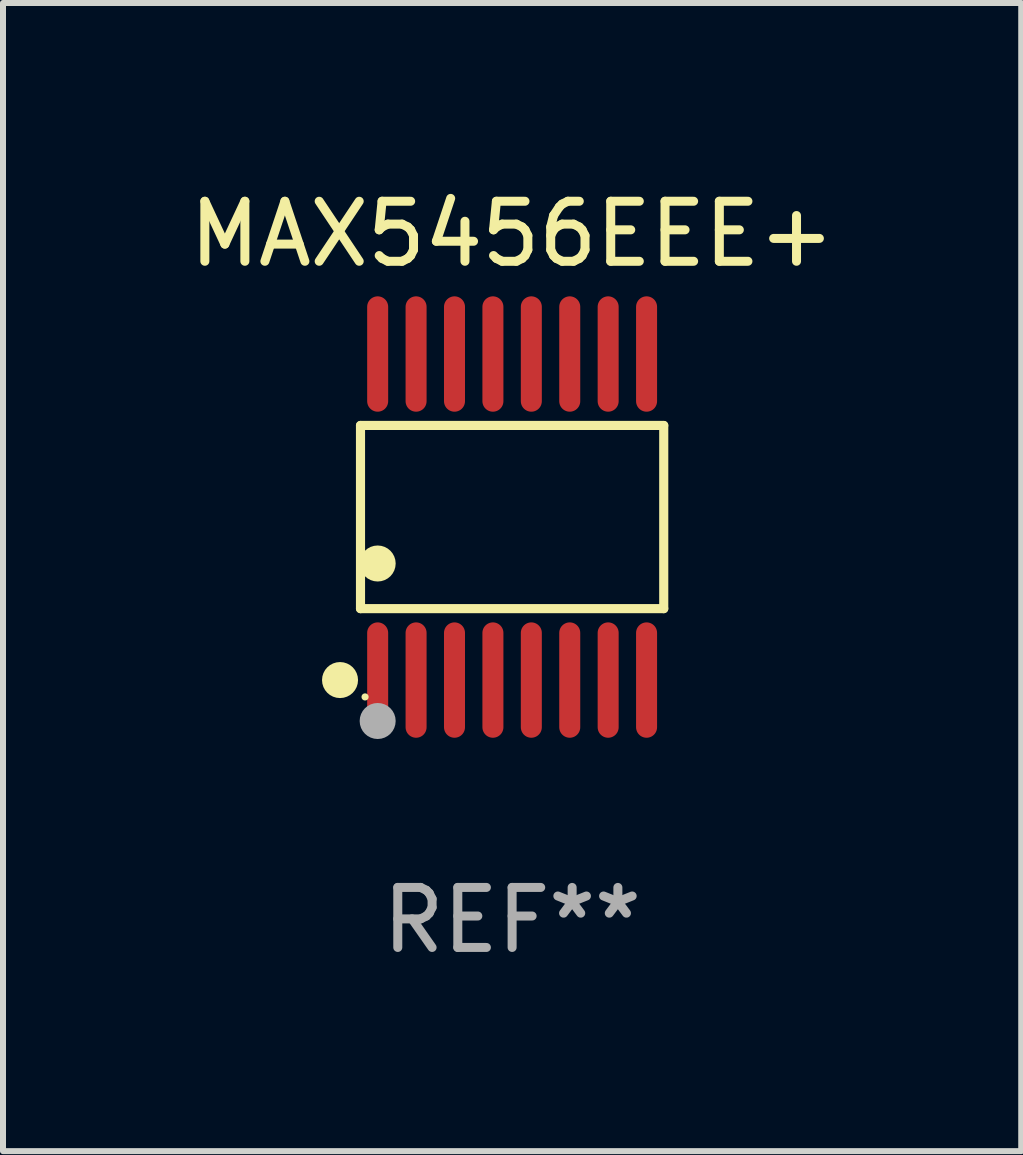
<source format=kicad_pcb>
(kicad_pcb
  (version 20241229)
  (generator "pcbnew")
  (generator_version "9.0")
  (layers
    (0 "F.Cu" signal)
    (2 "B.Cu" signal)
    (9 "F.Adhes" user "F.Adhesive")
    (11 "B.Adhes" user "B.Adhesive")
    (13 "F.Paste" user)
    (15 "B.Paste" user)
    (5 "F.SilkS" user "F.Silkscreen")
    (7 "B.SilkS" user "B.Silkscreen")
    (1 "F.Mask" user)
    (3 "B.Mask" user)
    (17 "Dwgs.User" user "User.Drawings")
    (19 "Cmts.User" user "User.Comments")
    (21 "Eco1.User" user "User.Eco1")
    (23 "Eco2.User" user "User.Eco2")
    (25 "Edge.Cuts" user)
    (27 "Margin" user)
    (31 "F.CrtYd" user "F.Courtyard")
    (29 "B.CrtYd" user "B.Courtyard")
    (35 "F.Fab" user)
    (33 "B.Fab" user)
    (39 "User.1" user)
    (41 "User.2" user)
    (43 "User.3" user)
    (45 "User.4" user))
  (footprint "MAX5456EEE+"
    (layer "F.Cu")
    (at 5.482 5.564)
    (property "Reference" "MAX5456EEE+" (at 0 -4.716 0) (layer "F.SilkS") (effects (font (size 1 1) (thickness 0.15))))
    (attr through_hole)
    (fp_line (start -2.526 -1.526) (end 2.526 -1.526) (stroke (width 0.152) (type solid)) (layer "F.SilkS"))
    (fp_line (start -2.526 1.526) (end -2.526 -1.526) (stroke (width 0.152) (type solid)) (layer "F.SilkS"))
    (fp_line (start 2.526 -1.526) (end 2.526 1.526) (stroke (width 0.152) (type solid)) (layer "F.SilkS"))
    (fp_line (start 2.526 1.526) (end -2.526 1.526) (stroke (width 0.152) (type solid)) (layer "F.SilkS"))
    (fp_circle (center -2.867 2.716) (end -2.717 2.716) (stroke (width 0.3) (type solid)) (fill no) (layer "F.SilkS"))
    (fp_circle (center -2.45 2.997) (end -2.42 2.997) (stroke (width 0.06) (type solid)) (fill no) (layer "F.SilkS"))
    (fp_circle (center -2.24 0.774) (end -2.09 0.774) (stroke (width 0.3) (type solid)) (fill no) (layer "F.SilkS"))
    (fp_circle (center -2.24 3.398) (end -2.09 3.398) (stroke (width 0.3) (type solid)) (fill no) (layer "F.Fab"))
    (fp_text user "REF**" (at 0 6.716 0) (layer "F.Fab") (effects (font (size 1 1) (thickness 0.15))))
    (pad "1" smd oval (at -2.24 2.716) (size 0.35 1.922) (layers "F.Cu" "F.Mask" "F.Paste"))
    (pad "2" smd oval (at -1.6 2.716) (size 0.35 1.922) (layers "F.Cu" "F.Mask" "F.Paste"))
    (pad "3" smd oval (at -0.96 2.716) (size 0.35 1.922) (layers "F.Cu" "F.Mask" "F.Paste"))
    (pad "4" smd oval (at -0.32 2.716) (size 0.35 1.922) (layers "F.Cu" "F.Mask" "F.Paste"))
    (pad "5" smd oval (at 0.32 2.716) (size 0.35 1.922) (layers "F.Cu" "F.Mask" "F.Paste"))
    (pad "6" smd oval (at 0.96 2.716) (size 0.35 1.922) (layers "F.Cu" "F.Mask" "F.Paste"))
    (pad "7" smd oval (at 1.6 2.716) (size 0.35 1.922) (layers "F.Cu" "F.Mask" "F.Paste"))
    (pad "8" smd oval (at 2.24 2.716) (size 0.35 1.922) (layers "F.Cu" "F.Mask" "F.Paste"))
    (pad "9" smd oval (at 2.24 -2.716) (size 0.35 1.922) (layers "F.Cu" "F.Mask" "F.Paste"))
    (pad "10" smd oval (at 1.6 -2.716) (size 0.35 1.922) (layers "F.Cu" "F.Mask" "F.Paste"))
    (pad "11" smd oval (at 0.96 -2.716) (size 0.35 1.922) (layers "F.Cu" "F.Mask" "F.Paste"))
    (pad "12" smd oval (at 0.32 -2.716) (size 0.35 1.922) (layers "F.Cu" "F.Mask" "F.Paste"))
    (pad "13" smd oval (at -0.32 -2.716) (size 0.35 1.922) (layers "F.Cu" "F.Mask" "F.Paste"))
    (pad "14" smd oval (at -0.96 -2.716) (size 0.35 1.922) (layers "F.Cu" "F.Mask" "F.Paste"))
    (pad "15" smd oval (at -1.6 -2.716) (size 0.35 1.922) (layers "F.Cu" "F.Mask" "F.Paste"))
    (pad "16" smd oval (at -2.24 -2.716) (size 0.35 1.922) (layers "F.Cu" "F.Mask" "F.Paste")))
  (gr_rect
    (start -3 -3)
    (end 13.964 16.128)
    (stroke (width 0.1) (type default))
    (fill no)
    (layer "Edge.Cuts")))
</source>
